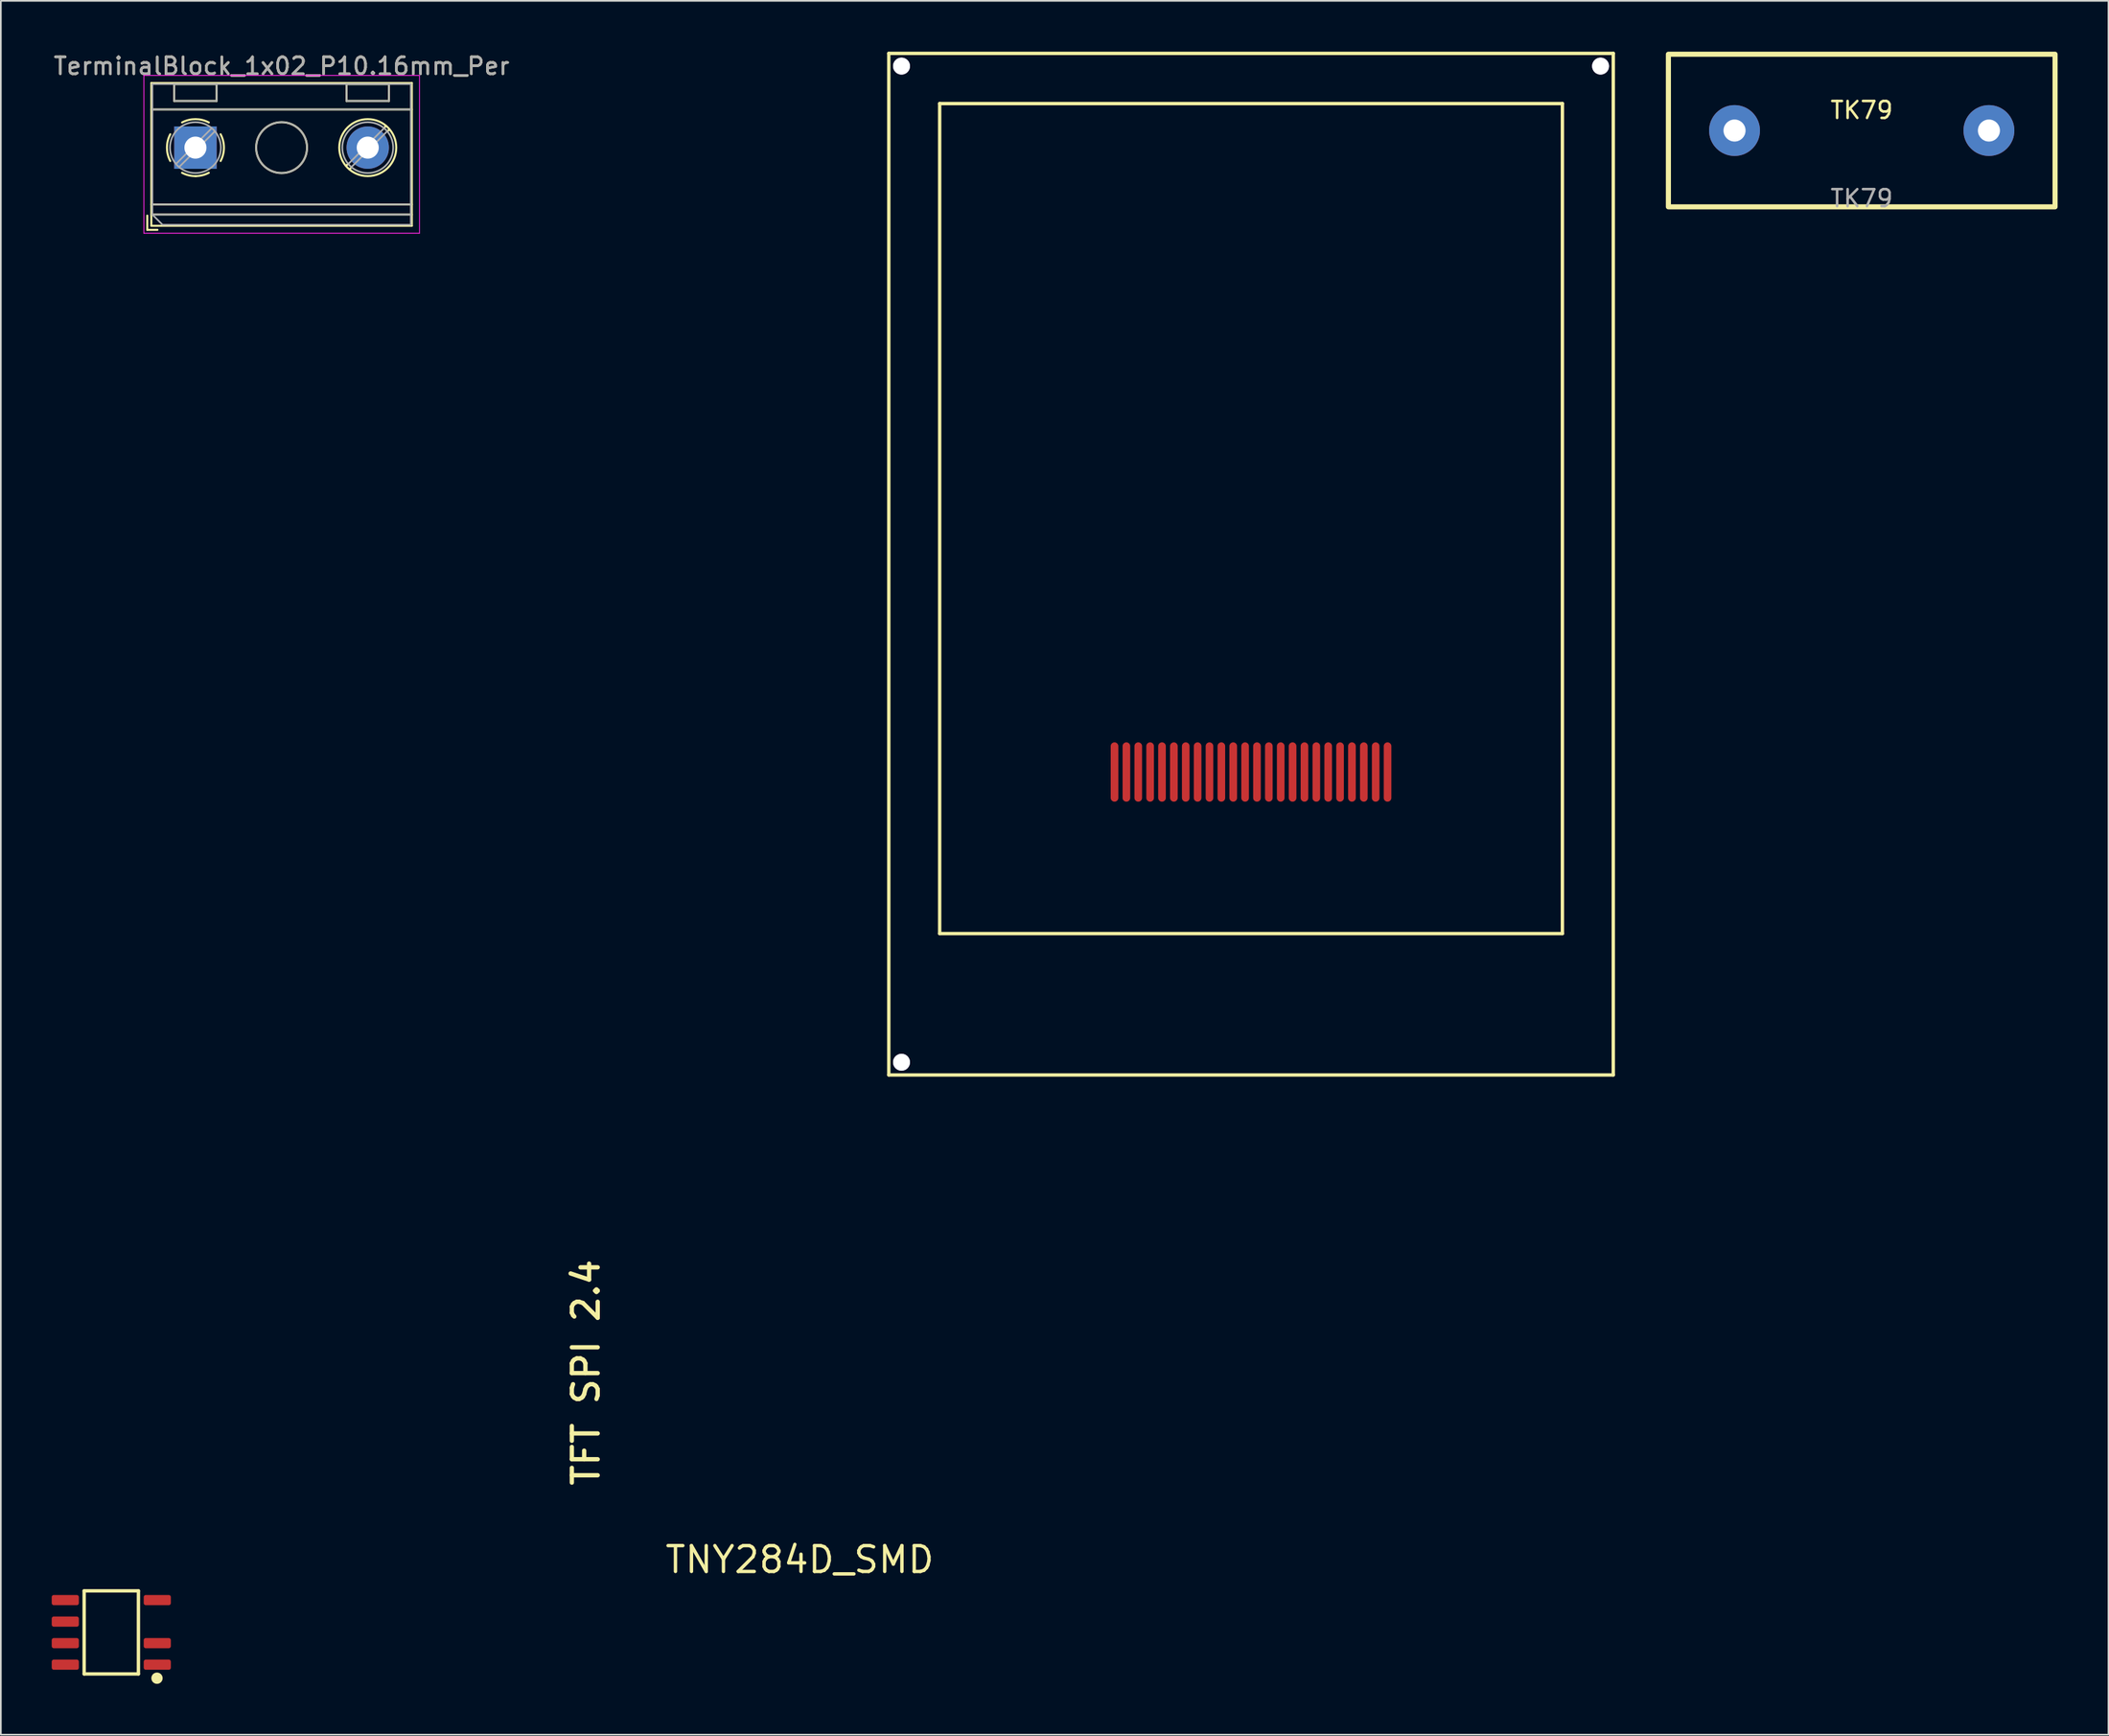
<source format=kicad_pcb>
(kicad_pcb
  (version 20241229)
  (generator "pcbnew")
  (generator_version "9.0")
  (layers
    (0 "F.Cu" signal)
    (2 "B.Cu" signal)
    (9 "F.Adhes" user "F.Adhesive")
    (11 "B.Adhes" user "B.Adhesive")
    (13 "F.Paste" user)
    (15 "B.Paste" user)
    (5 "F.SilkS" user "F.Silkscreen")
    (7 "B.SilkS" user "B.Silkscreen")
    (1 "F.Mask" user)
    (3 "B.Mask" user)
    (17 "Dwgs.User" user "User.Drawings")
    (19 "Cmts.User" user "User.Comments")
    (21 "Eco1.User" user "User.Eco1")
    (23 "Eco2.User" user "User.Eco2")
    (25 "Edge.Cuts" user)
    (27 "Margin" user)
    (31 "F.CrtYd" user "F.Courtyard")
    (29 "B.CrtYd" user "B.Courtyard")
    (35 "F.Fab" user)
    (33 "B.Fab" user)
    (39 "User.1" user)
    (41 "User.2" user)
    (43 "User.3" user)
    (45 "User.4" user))
  (footprint "TNY284D_SMD"
    (layer "F.Cu")
    (at 3.207 93.343)
    (property "Reference" "TNY284D_SMD" (at 32.86 -3.5 0) (unlocked yes) (layer "F.SilkS") (effects (font (size 1.524 1.524) (thickness 0.2)) (justify left bottom)))
    (fp_line (start -1.295 -2.552) (end -1.295 2.348) (stroke (width 0.2) (type solid)) (layer "F.SilkS"))
    (fp_line (start -1.295 -2.552) (end 1.905 -2.552) (stroke (width 0.2) (type solid)) (layer "F.SilkS"))
    (fp_line (start -1.295 2.348) (end 1.905 2.348) (stroke (width 0.2) (type solid)) (layer "F.SilkS"))
    (fp_line (start 1.905 -2.552) (end 1.905 2.348) (stroke (width 0.2) (type solid)) (layer "F.SilkS"))
    (fp_circle (center 3 2.6) (end 3.283 2.6) (stroke (width 0.1) (type solid)) (fill yes) (layer "F.SilkS"))
    (pad "1" smd roundrect (at 3.017 1.803 180) (size 1.6 0.6) (layers "F.Cu" "F.Mask" "F.Paste") (roundrect_rratio 0.2))
    (pad "2" smd roundrect (at 3.017 0.533 180) (size 1.6 0.6) (layers "F.Cu" "F.Mask" "F.Paste") (roundrect_rratio 0.2))
    (pad "4" smd roundrect (at 3.017 -2.007 180) (size 1.6 0.6) (layers "F.Cu" "F.Mask" "F.Paste") (roundrect_rratio 0.2))
    (pad "5" smd roundrect (at -2.407 -2.007 180) (size 1.6 0.6) (layers "F.Cu" "F.Mask" "F.Paste") (roundrect_rratio 0.2))
    (pad "5" smd roundrect (at -2.407 -0.737 180) (size 1.6 0.6) (layers "F.Cu" "F.Mask" "F.Paste") (roundrect_rratio 0.2))
    (pad "5" smd roundrect (at -2.407 0.533 180) (size 1.6 0.6) (layers "F.Cu" "F.Mask" "F.Paste") (roundrect_rratio 0.2))
    (pad "5" smd roundrect (at -2.407 1.803 180) (size 1.6 0.6) (layers "F.Cu" "F.Mask" "F.Paste") (roundrect_rratio 0.2)))
  (footprint "TerminalBlock_1x02_P10.16mm_Per"
    (layer "F.Cu")
    (at 8.474 5.658)
    (property "Reference" "TerminalBlock_1x02_P10.16mm_Per" (at 5.08 -4.81 0) (layer "F.SilkS") (effects (font (size 1 1) (thickness 0.15))))
    (attr through_hole)
    (fp_line (start -2.84 4.01) (end -2.84 4.85) (stroke (width 0.12) (type solid)) (layer "F.SilkS"))
    (fp_line (start -2.84 4.85) (end -2.24 4.85) (stroke (width 0.12) (type solid)) (layer "F.SilkS"))
    (fp_line (start -2.6 -3.811) (end -2.6 4.61) (stroke (width 0.12) (type solid)) (layer "F.SilkS"))
    (fp_line (start -2.6 -3.811) (end 12.76 -3.811) (stroke (width 0.12) (type solid)) (layer "F.SilkS"))
    (fp_line (start -2.6 -2.251) (end 12.76 -2.251) (stroke (width 0.12) (type solid)) (layer "F.SilkS"))
    (fp_line (start -2.6 3.35) (end 12.76 3.35) (stroke (width 0.12) (type solid)) (layer "F.SilkS"))
    (fp_line (start -2.6 3.95) (end 12.76 3.95) (stroke (width 0.12) (type solid)) (layer "F.SilkS"))
    (fp_line (start -2.6 4.61) (end 12.76 4.61) (stroke (width 0.12) (type solid)) (layer "F.SilkS"))
    (fp_line (start -1.25 -3.751) (end -1.25 -2.751) (stroke (width 0.12) (type solid)) (layer "F.SilkS"))
    (fp_line (start -1.25 -3.751) (end 1.25 -3.751) (stroke (width 0.12) (type solid)) (layer "F.SilkS"))
    (fp_line (start -1.25 -2.751) (end 1.25 -2.751) (stroke (width 0.12) (type solid)) (layer "F.SilkS"))
    (fp_line (start 1.25 -3.751) (end 1.25 -2.751) (stroke (width 0.12) (type solid)) (layer "F.SilkS"))
    (fp_line (start 8.91 -3.751) (end 8.91 -2.751) (stroke (width 0.12) (type solid)) (layer "F.SilkS"))
    (fp_line (start 8.91 -3.751) (end 11.41 -3.751) (stroke (width 0.12) (type solid)) (layer "F.SilkS"))
    (fp_line (start 8.91 -2.751) (end 11.41 -2.751) (stroke (width 0.12) (type solid)) (layer "F.SilkS"))
    (fp_line (start 8.98 0.976) (end 8.886 1.069) (stroke (width 0.12) (type solid)) (layer "F.SilkS"))
    (fp_line (start 9.15 1.216) (end 9.091 1.274) (stroke (width 0.12) (type solid)) (layer "F.SilkS"))
    (fp_line (start 11.23 -1.275) (end 11.171 -1.216) (stroke (width 0.12) (type solid)) (layer "F.SilkS"))
    (fp_line (start 11.41 -3.751) (end 11.41 -2.751) (stroke (width 0.12) (type solid)) (layer "F.SilkS"))
    (fp_line (start 11.435 -1.069) (end 11.341 -0.976) (stroke (width 0.12) (type solid)) (layer "F.SilkS"))
    (fp_line (start 12.76 -3.811) (end 12.76 4.61) (stroke (width 0.12) (type solid)) (layer "F.SilkS"))
    (fp_arc (start -1.483953 0.789089) (mid -1.680708 0.00005) (end -1.484 -0.789) (stroke (width 0.12) (type solid)) (layer "F.SilkS"))
    (fp_arc (start -0.789089 -1.483953) (mid -0.00005 -1.680708) (end 0.789 -1.484) (stroke (width 0.12) (type solid)) (layer "F.SilkS"))
    (fp_arc (start 0.029383 1.68045) (mid -0.392304 1.634281) (end -0.789 1.484) (stroke (width 0.12) (type solid)) (layer "F.SilkS"))
    (fp_arc (start 0.788712 1.483352) (mid 0.406429 1.630097) (end 0 1.68) (stroke (width 0.12) (type solid)) (layer "F.SilkS"))
    (fp_arc (start 1.483953 -0.789089) (mid 1.680708 -0.00005) (end 1.484 0.789) (stroke (width 0.12) (type solid)) (layer "F.SilkS"))
    (fp_circle (center 5.08 0) (end 6.58 0) (stroke (width 0.12) (type solid)) (fill no) (layer "F.SilkS"))
    (fp_circle (center 10.16 0) (end 11.84 0) (stroke (width 0.12) (type solid)) (fill no) (layer "F.SilkS"))
    (fp_line (start -3.04 -4.26) (end -3.04 5.05) (stroke (width 0.05) (type solid)) (layer "F.CrtYd"))
    (fp_line (start -3.04 5.05) (end 13.21 5.05) (stroke (width 0.05) (type solid)) (layer "F.CrtYd"))
    (fp_line (start 13.21 -4.26) (end -3.04 -4.26) (stroke (width 0.05) (type solid)) (layer "F.CrtYd"))
    (fp_line (start 13.21 5.05) (end 13.21 -4.26) (stroke (width 0.05) (type solid)) (layer "F.CrtYd"))
    (fp_line (start -2.54 -3.75) (end 12.7 -3.75) (stroke (width 0.1) (type solid)) (layer "F.Fab"))
    (fp_line (start -2.54 -2.25) (end 12.7 -2.25) (stroke (width 0.1) (type solid)) (layer "F.Fab"))
    (fp_line (start -2.54 3.35) (end 12.7 3.35) (stroke (width 0.1) (type solid)) (layer "F.Fab"))
    (fp_line (start -2.54 3.95) (end -2.54 -3.75) (stroke (width 0.1) (type solid)) (layer "F.Fab"))
    (fp_line (start -2.54 3.95) (end 12.7 3.95) (stroke (width 0.1) (type solid)) (layer "F.Fab"))
    (fp_line (start -1.94 4.55) (end -2.54 3.95) (stroke (width 0.1) (type solid)) (layer "F.Fab"))
    (fp_line (start -1.25 -3.75) (end -1.25 -2.75) (stroke (width 0.1) (type solid)) (layer "F.Fab"))
    (fp_line (start -1.25 -2.75) (end 1.25 -2.75) (stroke (width 0.1) (type solid)) (layer "F.Fab"))
    (fp_line (start 0.955 -1.138) (end -1.138 0.955) (stroke (width 0.1) (type solid)) (layer "F.Fab"))
    (fp_line (start 1.138 -0.955) (end -0.955 1.138) (stroke (width 0.1) (type solid)) (layer "F.Fab"))
    (fp_line (start 1.25 -3.75) (end -1.25 -3.75) (stroke (width 0.1) (type solid)) (layer "F.Fab"))
    (fp_line (start 1.25 -2.75) (end 1.25 -3.75) (stroke (width 0.1) (type solid)) (layer "F.Fab"))
    (fp_line (start 8.91 -3.75) (end 8.91 -2.75) (stroke (width 0.1) (type solid)) (layer "F.Fab"))
    (fp_line (start 8.91 -2.75) (end 11.41 -2.75) (stroke (width 0.1) (type solid)) (layer "F.Fab"))
    (fp_line (start 11.115 -1.138) (end 9.023 0.955) (stroke (width 0.1) (type solid)) (layer "F.Fab"))
    (fp_line (start 11.298 -0.955) (end 9.206 1.138) (stroke (width 0.1) (type solid)) (layer "F.Fab"))
    (fp_line (start 11.41 -3.75) (end 8.91 -3.75) (stroke (width 0.1) (type solid)) (layer "F.Fab"))
    (fp_line (start 11.41 -2.75) (end 11.41 -3.75) (stroke (width 0.1) (type solid)) (layer "F.Fab"))
    (fp_line (start 12.7 -3.75) (end 12.7 4.55) (stroke (width 0.1) (type solid)) (layer "F.Fab"))
    (fp_line (start 12.7 4.55) (end -1.94 4.55) (stroke (width 0.1) (type solid)) (layer "F.Fab"))
    (fp_circle (center 0 0) (end 1.5 0) (stroke (width 0.1) (type solid)) (fill no) (layer "F.Fab"))
    (fp_circle (center 5.08 0) (end 6.58 0) (stroke (width 0.1) (type solid)) (fill no) (layer "F.Fab"))
    (fp_circle (center 10.16 0) (end 11.66 0) (stroke (width 0.1) (type solid)) (fill no) (layer "F.Fab"))
    (fp_text user "${REFERENCE}" (at 5.08 -4.81 0) (layer "F.Fab") (effects (font (size 1 1) (thickness 0.15))))
    (pad "1" thru_hole rect (at 0 0) (size 2.5 2.5) (drill 1.3) (layers "*.Cu" "*.Mask"))
    (pad "2" thru_hole circle (at 10.16 0) (size 2.5 2.5) (drill 1.3) (layers "*.Cu" "*.Mask")))
  (footprint "TFT SPI 2.4"
    (layer "F.Cu")
    (at 70.718 27.54)
    (property "Reference" "TFT SPI 2.4" (at -38.325 57.179 90) (unlocked yes) (layer "F.SilkS") (effects (font (size 1.524 1.524) (thickness 0.254)) (justify left bottom)))
    (fp_line (start -21.36 -27.44) (end -21.36 32.82) (stroke (width 0.2) (type solid)) (layer "F.SilkS"))
    (fp_line (start -18.36 -24.48) (end -18.36 24.48) (stroke (width 0.2) (type solid)) (layer "F.SilkS"))
    (fp_line (start 18.36 -24.48) (end -18.36 -24.48) (stroke (width 0.2) (type solid)) (layer "F.SilkS"))
    (fp_line (start 18.36 -24.48) (end 18.36 24.48) (stroke (width 0.2) (type solid)) (layer "F.SilkS"))
    (fp_line (start 18.36 24.48) (end -18.36 24.48) (stroke (width 0.2) (type solid)) (layer "F.SilkS"))
    (fp_line (start 21.36 -27.44) (end -21.36 -27.44) (stroke (width 0.2) (type solid)) (layer "F.SilkS"))
    (fp_line (start 21.36 -27.44) (end 21.36 32.82) (stroke (width 0.2) (type solid)) (layer "F.SilkS"))
    (fp_line (start 21.36 32.82) (end -21.36 32.82) (stroke (width 0.2) (type solid)) (layer "F.SilkS"))
    (pad "1" smd oval (at -8.05 14.95) (size 0.45 3.5) (layers "F.Cu" "F.Mask" "F.Paste"))
    (pad "2" smd oval (at -7.35 14.95) (size 0.45 3.5) (layers "F.Cu" "F.Mask" "F.Paste"))
    (pad "3" smd oval (at -6.65 14.95) (size 0.45 3.5) (layers "F.Cu" "F.Mask" "F.Paste"))
    (pad "4" smd oval (at -5.95 14.95) (size 0.45 3.5) (layers "F.Cu" "F.Mask" "F.Paste"))
    (pad "5" smd oval (at -5.25 14.95) (size 0.45 3.5) (layers "F.Cu" "F.Mask" "F.Paste"))
    (pad "6" smd oval (at -4.55 14.95) (size 0.45 3.5) (layers "F.Cu" "F.Mask" "F.Paste"))
    (pad "7" smd oval (at -3.85 14.95) (size 0.45 3.5) (layers "F.Cu" "F.Mask" "F.Paste"))
    (pad "8" smd oval (at -3.15 14.95) (size 0.45 3.5) (layers "F.Cu" "F.Mask" "F.Paste"))
    (pad "9" smd oval (at -2.45 14.95) (size 0.45 3.5) (layers "F.Cu" "F.Mask" "F.Paste"))
    (pad "10" smd oval (at -1.75 14.95) (size 0.45 3.5) (layers "F.Cu" "F.Mask" "F.Paste"))
    (pad "11" smd oval (at -1.05 14.95) (size 0.45 3.5) (layers "F.Cu" "F.Mask" "F.Paste"))
    (pad "12" smd oval (at -0.35 14.95) (size 0.45 3.5) (layers "F.Cu" "F.Mask" "F.Paste"))
    (pad "13" smd oval (at 0.35 14.95) (size 0.45 3.5) (layers "F.Cu" "F.Mask" "F.Paste"))
    (pad "14" smd oval (at 1.05 14.95) (size 0.45 3.5) (layers "F.Cu" "F.Mask" "F.Paste"))
    (pad "15" smd oval (at 1.75 14.95) (size 0.45 3.5) (layers "F.Cu" "F.Mask" "F.Paste"))
    (pad "16" smd oval (at 2.45 14.95) (size 0.45 3.5) (layers "F.Cu" "F.Mask" "F.Paste"))
    (pad "17" smd oval (at 3.15 14.95) (size 0.45 3.5) (layers "F.Cu" "F.Mask" "F.Paste"))
    (pad "18" smd oval (at 3.85 14.95) (size 0.45 3.5) (layers "F.Cu" "F.Mask" "F.Paste"))
    (pad "19" smd oval (at 4.55 14.95) (size 0.45 3.5) (layers "F.Cu" "F.Mask" "F.Paste"))
    (pad "20" smd oval (at 5.25 14.95) (size 0.45 3.5) (layers "F.Cu" "F.Mask" "F.Paste"))
    (pad "21" smd oval (at 5.95 14.95) (size 0.45 3.5) (layers "F.Cu" "F.Mask" "F.Paste"))
    (pad "22" smd oval (at 6.65 14.95) (size 0.45 3.5) (layers "F.Cu" "F.Mask" "F.Paste"))
    (pad "23" smd oval (at 7.35 14.95) (size 0.45 3.5) (layers "F.Cu" "F.Mask" "F.Paste"))
    (pad "24" smd oval (at 8.05 14.95) (size 0.45 3.5) (layers "F.Cu" "F.Mask" "F.Paste"))
    (pad "39" thru_hole circle (at -20.61 32.07 180) (size 1 1) (drill 1.1) (layers "*.Cu" "*.Mask"))
    (pad "40" thru_hole circle (at -20.61 -26.69 180) (size 1 1) (drill 1.1) (layers "*.Cu" "*.Mask"))
    (pad "41" thru_hole circle (at 20.61 -26.69 180) (size 1 1) (drill 1.1) (layers "*.Cu" "*.Mask")))
  (footprint "TK79"
    (layer "F.Cu")
    (at 106.728 4.65)
    (property "Reference" "TK79" (at 0 -1.2 0) (layer "F.SilkS") (effects (font (size 1 1) (thickness 0.15))))
    (attr through_hole)
    (fp_rect (start -11.4 -4.5) (end 11.4 4.5) (stroke (width 0.3) (type default)) (fill no) (layer "F.SilkS"))
    (fp_text user "${REFERENCE}" (at 0 4 0) (layer "F.Fab") (effects (font (size 1 1) (thickness 0.15))))
    (pad "1" thru_hole circle (at -7.5 0) (size 3 3) (drill 1.3) (layers "*.Cu" "*.Mask"))
    (pad "2" thru_hole circle (at 7.5 0) (size 3 3) (drill 1.3) (layers "*.Cu" "*.Mask")))
  (gr_rect
    (start -3 -3)
    (end 121.278 99.276)
    (stroke (width 0.1) (type default))
    (fill no)
    (layer "Edge.Cuts")))
</source>
